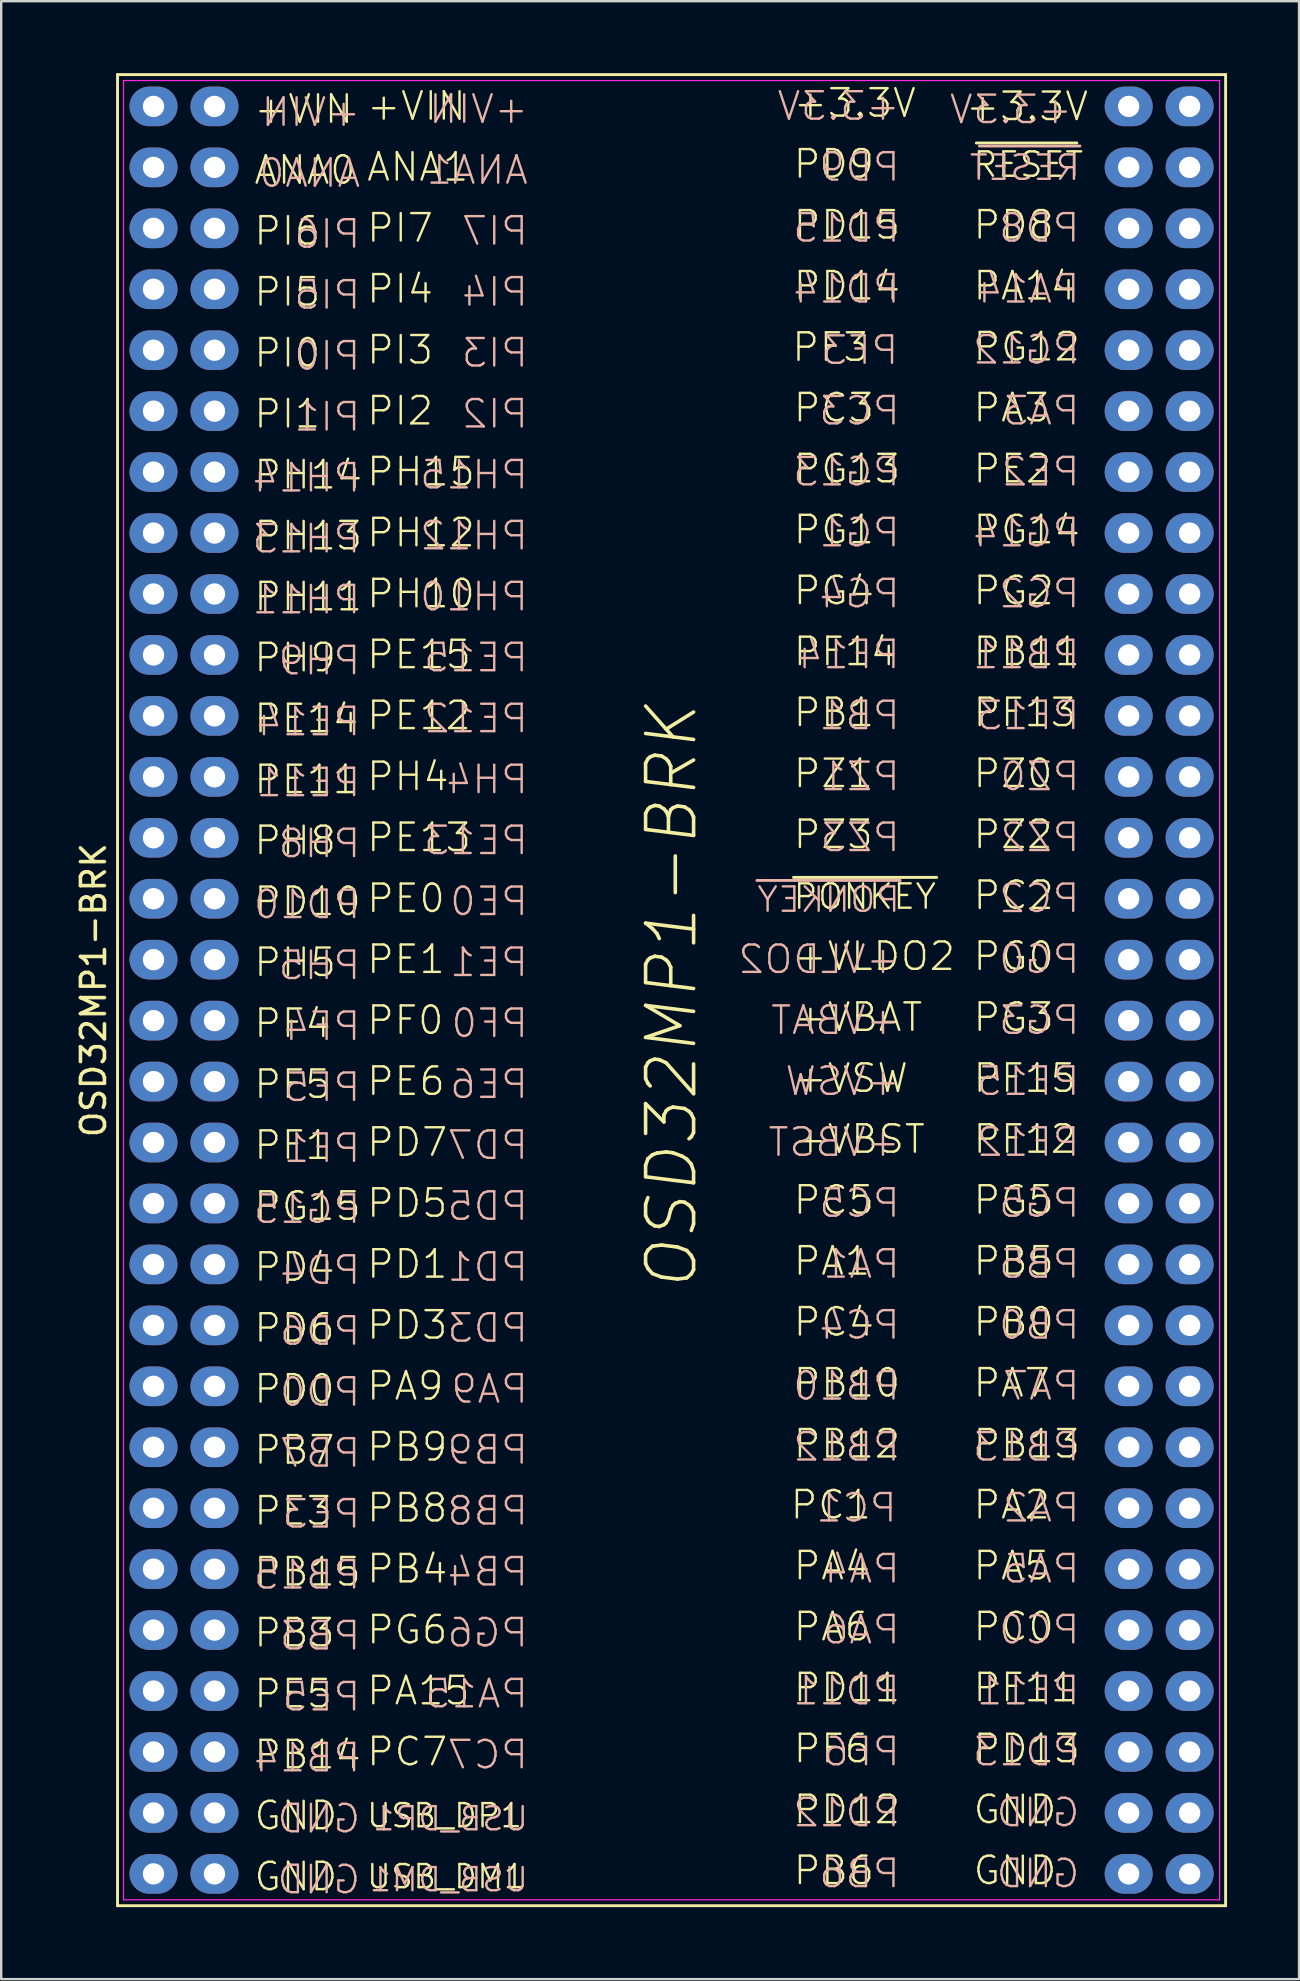
<source format=kicad_pcb>
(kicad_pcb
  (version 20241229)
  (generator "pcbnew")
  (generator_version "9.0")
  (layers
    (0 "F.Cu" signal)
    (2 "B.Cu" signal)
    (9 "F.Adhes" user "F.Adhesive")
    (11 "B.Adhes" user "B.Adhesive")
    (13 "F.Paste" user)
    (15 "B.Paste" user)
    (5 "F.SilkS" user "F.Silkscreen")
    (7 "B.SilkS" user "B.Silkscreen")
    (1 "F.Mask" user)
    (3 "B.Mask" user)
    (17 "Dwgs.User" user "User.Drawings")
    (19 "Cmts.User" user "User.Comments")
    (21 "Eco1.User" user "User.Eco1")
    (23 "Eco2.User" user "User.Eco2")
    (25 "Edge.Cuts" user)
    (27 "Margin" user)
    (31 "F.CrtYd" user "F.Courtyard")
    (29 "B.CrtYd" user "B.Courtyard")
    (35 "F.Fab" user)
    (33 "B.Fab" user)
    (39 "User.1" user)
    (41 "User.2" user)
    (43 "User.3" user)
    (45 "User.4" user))
  (footprint "OSD32MP1-BRK"
    (layer "F.Cu")
    (at 24.938 38.215)
    (property "Reference" "OSD32MP1-BRK" (at -24.09 0 270) (layer "F.SilkS") (effects (font (size 1 1) (thickness 0.15))))
    (attr through_hole)
    (fp_line (start -23.09 -38.156) (end 23.09 -38.156) (stroke (width 0.12) (type solid)) (layer "F.SilkS"))
    (fp_line (start -23.09 38.156) (end -23.09 -38.156) (stroke (width 0.12) (type solid)) (layer "F.SilkS"))
    (fp_line (start 5.08 -4.699) (end 11.049 -4.699) (stroke (width 0.12) (type solid)) (layer "F.SilkS"))
    (fp_line (start 12.7 -35.306) (end 16.891 -35.306) (stroke (width 0.12) (type solid)) (layer "F.SilkS"))
    (fp_line (start 23.09 38.156) (end -23.09 38.156) (stroke (width 0.12) (type solid)) (layer "F.SilkS"))
    (fp_line (start 23.09 38.156) (end 23.09 -38.156) (stroke (width 0.12) (type solid)) (layer "F.SilkS"))
    (fp_line (start 3.556 -4.572) (end 9.525 -4.572) (stroke (width 0.12) (type solid)) (layer "B.SilkS"))
    (fp_line (start 12.827 -35.179) (end 17.018 -35.179) (stroke (width 0.12) (type solid)) (layer "B.SilkS"))
    (fp_line (start -22.84 -37.91) (end 22.84 -37.91) (stroke (width 0.05) (type solid)) (layer "F.CrtYd"))
    (fp_line (start -22.84 37.91) (end -22.84 -37.91) (stroke (width 0.05) (type solid)) (layer "F.CrtYd"))
    (fp_line (start 22.84 37.91) (end -22.84 37.91) (stroke (width 0.05) (type solid)) (layer "F.CrtYd"))
    (fp_line (start 22.84 37.91) (end 22.84 -37.91) (stroke (width 0.05) (type solid)) (layer "F.CrtYd"))
    (fp_text user "PB0" (at 12.505 13.828 0) (layer "F.SilkS") (effects (font (size 1.143 1.143) (thickness 0.1)) (justify left)))
    (fp_text user "OSD32MP1-BRK" (at 0 0.254 90) (layer "F.SilkS") (effects (font (size 2 2) (thickness 0.15) (italic yes))))
    (fp_text user "PF6" (at 5.012 31.608 0) (layer "F.SilkS") (effects (font (size 1.143 1.143) (thickness 0.1)) (justify left)))
    (fp_text user "PD3" (at -12.768 13.955 0) (layer "F.SilkS") (effects (font (size 1.143 1.143) (thickness 0.1)) (justify left)))
    (fp_text user "PI7" (at -12.768 -31.765 0) (layer "F.SilkS") (effects (font (size 1.143 1.143) (thickness 0.1)) (justify left)))
    (fp_text user "PI3" (at -12.768 -26.685 0) (layer "F.SilkS") (effects (font (size 1.143 1.143) (thickness 0.1)) (justify left)))
    (fp_text user "PG2" (at 12.505 -16.652 0) (layer "F.SilkS") (effects (font (size 1.143 1.143) (thickness 0.1)) (justify left)))
    (fp_text user "+VLDO2" (at 5.012 -1.412 0) (layer "F.SilkS") (effects (font (size 1.143 1.143) (thickness 0.1)) (justify left)))
    (fp_text user "GND" (at 12.505 34.148 0) (layer "F.SilkS") (effects (font (size 1.143 1.143) (thickness 0.1)) (justify left)))
    (fp_text user "PA6" (at 5.012 26.528 0) (layer "F.SilkS") (effects (font (size 1.143 1.143) (thickness 0.1)) (justify left)))
    (fp_text user "PB8" (at -12.768 21.575 0) (layer "F.SilkS") (effects (font (size 1.143 1.143) (thickness 0.1)) (justify left)))
    (fp_text user "PD12" (at 5.012 34.148 0) (layer "F.SilkS") (effects (font (size 1.143 1.143) (thickness 0.1)) (justify left)))
    (fp_text user "PZ1" (at 5.012 -9.032 0) (layer "F.SilkS") (effects (font (size 1.143 1.143) (thickness 0.1)) (justify left)))
    (fp_text user "PG4" (at 5.012 -16.652 0) (layer "F.SilkS") (effects (font (size 1.143 1.143) (thickness 0.1)) (justify left)))
    (fp_text user "PF13" (at 12.505 -11.572 0) (layer "F.SilkS") (effects (font (size 1.143 1.143) (thickness 0.1)) (justify left)))
    (fp_text user "PE1" (at -12.768 -1.285 0) (layer "F.SilkS") (effects (font (size 1.143 1.143) (thickness 0.1)) (justify left)))
    (fp_text user "PE6" (at -12.768 3.795 0) (layer "F.SilkS") (effects (font (size 1.143 1.143) (thickness 0.1)) (justify left)))
    (fp_text user "PF3" (at 4.953 -26.797 0) (layer "F.SilkS") (effects (font (size 1.143 1.143) (thickness 0.1)) (justify left)))
    (fp_text user "PF12" (at 12.505 6.208 0) (layer "F.SilkS") (effects (font (size 1.143 1.143) (thickness 0.1)) (justify left)))
    (fp_text user "PD7" (at -12.768 6.335 0) (layer "F.SilkS") (effects (font (size 1.143 1.143) (thickness 0.1)) (justify left)))
    (fp_text user "PD14" (at 5.012 -29.352 0) (layer "F.SilkS") (effects (font (size 1.143 1.143) (thickness 0.1)) (justify left)))
    (fp_text user "PC2" (at 12.505 -3.952 0) (layer "F.SilkS") (effects (font (size 1.143 1.143) (thickness 0.1)) (justify left)))
    (fp_text user "PE2" (at 12.505 -21.732 0) (layer "F.SilkS") (effects (font (size 1.143 1.143) (thickness 0.1)) (justify left)))
    (fp_text user "PG0" (at 12.505 -1.412 0) (layer "F.SilkS") (effects (font (size 1.143 1.143) (thickness 0.1)) (justify left)))
    (fp_text user "PB3" (at -17.467 26.782 0) (layer "F.SilkS") (effects (font (size 1.143 1.143) (thickness 0.1)) (justify left)))
    (fp_text user "PB15" (at -17.467 24.242 0) (layer "F.SilkS") (effects (font (size 1.143 1.143) (thickness 0.1)) (justify left)))
    (fp_text user "PF0" (at -12.768 1.255 0) (layer "F.SilkS") (effects (font (size 1.143 1.143) (thickness 0.1)) (justify left)))
    (fp_text user "PH12" (at -12.768 -19.065 0) (layer "F.SilkS") (effects (font (size 1.143 1.143) (thickness 0.1)) (justify left)))
    (fp_text user "PD6" (at -17.467 14.082 0) (layer "F.SilkS") (effects (font (size 1.143 1.143) (thickness 0.1)) (justify left)))
    (fp_text user "PE12" (at -12.768 -11.445 0) (layer "F.SilkS") (effects (font (size 1.143 1.143) (thickness 0.1)) (justify left)))
    (fp_text user "PC5" (at 5.012 8.748 0) (layer "F.SilkS") (effects (font (size 1.143 1.143) (thickness 0.1)) (justify left)))
    (fp_text user "PF5" (at -17.467 3.922 0) (layer "F.SilkS") (effects (font (size 1.143 1.143) (thickness 0.1)) (justify left)))
    (fp_text user "PA15" (at -12.768 29.195 0) (layer "F.SilkS") (effects (font (size 1.143 1.143) (thickness 0.1)) (justify left)))
    (fp_text user "+VSW" (at 5.012 3.668 0) (layer "F.SilkS") (effects (font (size 1.143 1.143) (thickness 0.1)) (justify left)))
    (fp_text user "USB_DM1" (at -12.768 36.942 0) (layer "F.SilkS") (effects (font (size 0.965 0.965) (thickness 0.1)) (justify left)))
    (fp_text user "PC4" (at 5.012 13.828 0) (layer "F.SilkS") (effects (font (size 1.143 1.143) (thickness 0.1)) (justify left)))
    (fp_text user "ANA1" (at -12.768 -34.305 0) (layer "F.SilkS") (effects (font (size 1.143 1.143) (thickness 0.1)) (justify left)))
    (fp_text user "PA5" (at 12.505 23.988 0) (layer "F.SilkS") (effects (font (size 1.143 1.143) (thickness 0.1)) (justify left)))
    (fp_text user "PH5" (at -17.467 -1.158 0) (layer "F.SilkS") (effects (font (size 1.143 1.143) (thickness 0.1)) (justify left)))
    (fp_text user "PG6" (at -12.768 26.655 0) (layer "F.SilkS") (effects (font (size 1.143 1.143) (thickness 0.1)) (justify left)))
    (fp_text user "+VBST" (at 5.012 6.208 0) (layer "F.SilkS") (effects (font (size 1.143 1.143) (thickness 0.1)) (justify left)))
    (fp_text user "PZ2" (at 12.505 -6.492 0) (layer "F.SilkS") (effects (font (size 1.143 1.143) (thickness 0.1)) (justify left)))
    (fp_text user "PH4" (at -12.768 -8.905 0) (layer "F.SilkS") (effects (font (size 1.143 1.143) (thickness 0.1)) (justify left)))
    (fp_text user "PA9" (at -12.768 16.495 0) (layer "F.SilkS") (effects (font (size 1.143 1.143) (thickness 0.1)) (justify left)))
    (fp_text user "PA3" (at 12.505 -24.272 0) (layer "F.SilkS") (effects (font (size 1.143 1.143) (thickness 0.1)) (justify left)))
    (fp_text user "PF15" (at 12.505 3.668 0) (layer "F.SilkS") (effects (font (size 1.143 1.143) (thickness 0.1)) (justify left)))
    (fp_text user "PB14" (at -17.467 31.862 0) (layer "F.SilkS") (effects (font (size 1.143 1.143) (thickness 0.1)) (justify left)))
    (fp_text user "PA4" (at 5.012 23.988 0) (layer "F.SilkS") (effects (font (size 1.143 1.143) (thickness 0.1)) (justify left)))
    (fp_text user "USB_DP1" (at -12.768 34.402 0) (layer "F.SilkS") (effects (font (size 0.965 0.965) (thickness 0.1)) (justify left)))
    (fp_text user "PB7" (at -17.467 19.162 0) (layer "F.SilkS") (effects (font (size 1.143 1.143) (thickness 0.1)) (justify left)))
    (fp_text user "PH8" (at -17.467 -6.238 0) (layer "F.SilkS") (effects (font (size 1.143 1.143) (thickness 0.1)) (justify left)))
    (fp_text user "PI4" (at -12.768 -29.225 0) (layer "F.SilkS") (effects (font (size 1.143 1.143) (thickness 0.1)) (justify left)))
    (fp_text user "PB13" (at 12.505 18.908 0) (layer "F.SilkS") (effects (font (size 1.143 1.143) (thickness 0.1)) (justify left)))
    (fp_text user "PG5" (at 12.505 8.748 0) (layer "F.SilkS") (effects (font (size 1.143 1.143) (thickness 0.1)) (justify left)))
    (fp_text user "PB12" (at 5.012 18.908 0) (layer "F.SilkS") (effects (font (size 1.143 1.143) (thickness 0.1)) (justify left)))
    (fp_text user "PF11" (at 12.505 29.068 0) (layer "F.SilkS") (effects (font (size 1.143 1.143) (thickness 0.1)) (justify left)))
    (fp_text user "PE14" (at -17.467 -11.318 0) (layer "F.SilkS") (effects (font (size 1.143 1.143) (thickness 0.1)) (justify left)))
    (fp_text user "PB4" (at -12.768 24.115 0) (layer "F.SilkS") (effects (font (size 1.143 1.143) (thickness 0.1)) (justify left)))
    (fp_text user "+VIN" (at -17.467 -36.718 0) (layer "F.SilkS") (effects (font (size 1.143 1.143) (thickness 0.1)) (justify left)))
    (fp_text user "PA7" (at 12.505 16.368 0) (layer "F.SilkS") (effects (font (size 1.143 1.143) (thickness 0.1)) (justify left)))
    (fp_text user "PG12" (at 12.505 -26.812 0) (layer "F.SilkS") (effects (font (size 1.143 1.143) (thickness 0.1)) (justify left)))
    (fp_text user "PB9" (at -12.768 19.035 0) (layer "F.SilkS") (effects (font (size 1.143 1.143) (thickness 0.1)) (justify left)))
    (fp_text user "PONKEY" (at 5.012 -3.901 0) (layer "F.SilkS") (effects (font (size 1.016 1.016) (thickness 0.1)) (justify left)))
    (fp_text user "PF4" (at -17.467 1.382 0) (layer "F.SilkS") (effects (font (size 1.143 1.143) (thickness 0.1)) (justify left)))
    (fp_text user "PB5" (at 12.505 11.288 0) (layer "F.SilkS") (effects (font (size 1.143 1.143) (thickness 0.1)) (justify left)))
    (fp_text user "PG14" (at 12.505 -19.192 0) (layer "F.SilkS") (effects (font (size 1.143 1.143) (thickness 0.1)) (justify left)))
    (fp_text user "PD1" (at -12.768 11.415 0) (layer "F.SilkS") (effects (font (size 1.143 1.143) (thickness 0.1)) (justify left)))
    (fp_text user "PF14" (at 5.012 -14.112 0) (layer "F.SilkS") (effects (font (size 1.143 1.143) (thickness 0.1)) (justify left)))
    (fp_text user "PG1" (at 5.012 -19.192 0) (layer "F.SilkS") (effects (font (size 1.143 1.143) (thickness 0.1)) (justify left)))
    (fp_text user "PD15" (at 5.012 -31.892 0) (layer "F.SilkS") (effects (font (size 1.143 1.143) (thickness 0.1)) (justify left)))
    (fp_text user "PZ0" (at 12.505 -9.032 0) (layer "F.SilkS") (effects (font (size 1.143 1.143) (thickness 0.1)) (justify left)))
    (fp_text user "PA14" (at 12.505 -29.352 0) (layer "F.SilkS") (effects (font (size 1.143 1.143) (thickness 0.1)) (justify left)))
    (fp_text user "PB10" (at 5.012 16.368 0) (layer "F.SilkS") (effects (font (size 1.143 1.143) (thickness 0.1)) (justify left)))
    (fp_text user "PI0" (at -17.467 -26.558 0) (layer "F.SilkS") (effects (font (size 1.143 1.143) (thickness 0.1)) (justify left)))
    (fp_text user "PC7" (at -12.768 31.735 0) (layer "F.SilkS") (effects (font (size 1.143 1.143) (thickness 0.1)) (justify left)))
    (fp_text user "PH13" (at -17.467 -18.938 0) (layer "F.SilkS") (effects (font (size 1.143 1.143) (thickness 0.1)) (justify left)))
    (fp_text user "PC0" (at 12.505 26.528 0) (layer "F.SilkS") (effects (font (size 1.143 1.143) (thickness 0.1)) (justify left)))
    (fp_text user "PH10" (at -12.768 -16.525 0) (layer "F.SilkS") (effects (font (size 1.143 1.143) (thickness 0.1)) (justify left)))
    (fp_text user "PE11" (at -17.467 -8.778 0) (layer "F.SilkS") (effects (font (size 1.143 1.143) (thickness 0.1)) (justify left)))
    (fp_text user "PB11" (at 12.505 -14.112 0) (layer "F.SilkS") (effects (font (size 1.143 1.143) (thickness 0.1)) (justify left)))
    (fp_text user "PC1" (at 4.885 21.448 0) (layer "F.SilkS") (effects (font (size 1.143 1.143) (thickness 0.1)) (justify left)))
    (fp_text user "PB6" (at 5.012 36.688 0) (layer "F.SilkS") (effects (font (size 1.143 1.143) (thickness 0.1)) (justify left)))
    (fp_text user "PI1" (at -17.467 -24.018 0) (layer "F.SilkS") (effects (font (size 1.143 1.143) (thickness 0.1)) (justify left)))
    (fp_text user "PB1" (at 5.012 -11.572 0) (layer "F.SilkS") (effects (font (size 1.143 1.143) (thickness 0.1)) (justify left)))
    (fp_text user "PH9" (at -17.467 -13.858 0) (layer "F.SilkS") (effects (font (size 1.143 1.143) (thickness 0.1)) (justify left)))
    (fp_text user "PG13" (at 5.012 -21.732 0) (layer "F.SilkS") (effects (font (size 1.143 1.143) (thickness 0.1)) (justify left)))
    (fp_text user "PE5" (at -17.467 29.322 0) (layer "F.SilkS") (effects (font (size 1.143 1.143) (thickness 0.1)) (justify left)))
    (fp_text user "PD4" (at -17.467 11.542 0) (layer "F.SilkS") (effects (font (size 1.143 1.143) (thickness 0.1)) (justify left)))
    (fp_text user "PD10" (at -17.467 -3.698 0) (layer "F.SilkS") (effects (font (size 1.143 1.143) (thickness 0.1)) (justify left)))
    (fp_text user "PE3" (at -17.467 21.702 0) (layer "F.SilkS") (effects (font (size 1.143 1.143) (thickness 0.1)) (justify left)))
    (fp_text user "PI5" (at -17.467 -29.098 0) (layer "F.SilkS") (effects (font (size 1.143 1.143) (thickness 0.1)) (justify left)))
    (fp_text user "+VIN" (at -12.768 -36.845 0) (layer "F.SilkS") (effects (font (size 1.143 1.143) (thickness 0.1)) (justify left)))
    (fp_text user "PC3" (at 5.012 -24.272 0) (layer "F.SilkS") (effects (font (size 1.143 1.143) (thickness 0.1)) (justify left)))
    (fp_text user "PD0" (at -17.467 16.622 0) (layer "F.SilkS") (effects (font (size 1.143 1.143) (thickness 0.1)) (justify left)))
    (fp_text user "PH14" (at -17.467 -21.478 0) (layer "F.SilkS") (effects (font (size 1.143 1.143) (thickness 0.1)) (justify left)))
    (fp_text user "PA2" (at 12.505 21.448 0) (layer "F.SilkS") (effects (font (size 1.143 1.143) (thickness 0.1)) (justify left)))
    (fp_text user "GND" (at 12.505 36.688 0) (layer "F.SilkS") (effects (font (size 1.143 1.143) (thickness 0.1)) (justify left)))
    (fp_text user "PF1" (at -17.467 6.462 0) (layer "F.SilkS") (effects (font (size 1.143 1.143) (thickness 0.1)) (justify left)))
    (fp_text user "PH15" (at -12.768 -21.605 0) (layer "F.SilkS") (effects (font (size 1.143 1.143) (thickness 0.1)) (justify left)))
    (fp_text user "PD11" (at 5.012 29.068 0) (layer "F.SilkS") (effects (font (size 1.143 1.143) (thickness 0.1)) (justify left)))
    (fp_text user "RESET" (at 12.505 -34.406 0) (layer "F.SilkS") (effects (font (size 1.016 1.016) (thickness 0.1)) (justify left)))
    (fp_text user "PA1" (at 5.012 11.288 0) (layer "F.SilkS") (effects (font (size 1.143 1.143) (thickness 0.1)) (justify left)))
    (fp_text user "ANA0" (at -17.467 -34.178 0) (layer "F.SilkS") (effects (font (size 1.143 1.143) (thickness 0.1)) (justify left)))
    (fp_text user "PD5" (at -12.768 8.875 0) (layer "F.SilkS") (effects (font (size 1.143 1.143) (thickness 0.1)) (justify left)))
    (fp_text user "PD13" (at 12.505 31.608 0) (layer "F.SilkS") (effects (font (size 1.143 1.143) (thickness 0.1)) (justify left)))
    (fp_text user "+3.3V" (at 5.012 -36.972 0) (layer "F.SilkS") (effects (font (size 1.143 1.143) (thickness 0.1)) (justify left)))
    (fp_text user "PG3" (at 12.505 1.128 0) (layer "F.SilkS") (effects (font (size 1.143 1.143) (thickness 0.1)) (justify left)))
    (fp_text user "PD8" (at 12.505 -31.892 0) (layer "F.SilkS") (effects (font (size 1.143 1.143) (thickness 0.1)) (justify left)))
    (fp_text user "PE0" (at -12.768 -3.825 0) (layer "F.SilkS") (effects (font (size 1.143 1.143) (thickness 0.1)) (justify left)))
    (fp_text user "PH11" (at -17.467 -16.398 0) (layer "F.SilkS") (effects (font (size 1.143 1.143) (thickness 0.1)) (justify left)))
    (fp_text user "GND" (at -17.467 36.942 0) (layer "F.SilkS") (effects (font (size 1.143 1.143) (thickness 0.1)) (justify left)))
    (fp_text user "PI2" (at -12.768 -24.145 0) (layer "F.SilkS") (effects (font (size 1.143 1.143) (thickness 0.1)) (justify left)))
    (fp_text user "PZ3" (at 5.012 -6.492 0) (layer "F.SilkS") (effects (font (size 1.143 1.143) (thickness 0.1)) (justify left)))
    (fp_text user "PD9" (at 5.012 -34.432 0) (layer "F.SilkS") (effects (font (size 1.143 1.143) (thickness 0.1)) (justify left)))
    (fp_text user "PG15" (at -17.467 9.002 0) (layer "F.SilkS") (effects (font (size 1.143 1.143) (thickness 0.1)) (justify left)))
    (fp_text user "+3.3V" (at 12.192 -36.83 0) (layer "F.SilkS") (effects (font (size 1.143 1.143) (thickness 0.1)) (justify left)))
    (fp_text user "GND" (at -17.467 34.402 0) (layer "F.SilkS") (effects (font (size 1.143 1.143) (thickness 0.1)) (justify left)))
    (fp_text user "+VBAT" (at 5.012 1.128 0) (layer "F.SilkS") (effects (font (size 1.143 1.143) (thickness 0.1)) (justify left)))
    (fp_text user "PE13" (at -12.768 -6.365 0) (layer "F.SilkS") (effects (font (size 1.143 1.143) (thickness 0.1)) (justify left)))
    (fp_text user "PI6" (at -17.467 -31.638 0) (layer "F.SilkS") (effects (font (size 1.143 1.143) (thickness 0.1)) (justify left)))
    (fp_text user "PE15" (at -12.768 -13.985 0) (layer "F.SilkS") (effects (font (size 1.143 1.143) (thickness 0.1)) (justify left)))
    (fp_text user "PA4" (at 9.584 24.115 0) (layer "B.SilkS") (effects (font (size 1.143 1.143) (thickness 0.1)) (justify left mirror)))
    (fp_text user "PZ0" (at 17.077 -8.905 0) (layer "B.SilkS") (effects (font (size 1.143 1.143) (thickness 0.1)) (justify left mirror)))
    (fp_text user "PD3" (at -5.91 14.082 0) (layer "B.SilkS") (effects (font (size 1.143 1.143) (thickness 0.1)) (justify left mirror)))
    (fp_text user "PE12" (at -5.91 -11.318 0) (layer "B.SilkS") (effects (font (size 1.143 1.143) (thickness 0.1)) (justify left mirror)))
    (fp_text user "PI4" (at -5.91 -29.098 0) (layer "B.SilkS") (effects (font (size 1.143 1.143) (thickness 0.1)) (justify left mirror)))
    (fp_text user "PI1" (at -12.895 -23.891 0) (layer "B.SilkS") (effects (font (size 1.143 1.143) (thickness 0.1)) (justify left mirror)))
    (fp_text user "USB_DM1" (at -5.91 37.069 0) (layer "B.SilkS") (effects (font (size 0.965 0.965) (thickness 0.1)) (justify left mirror)))
    (fp_text user "PH12" (at -5.91 -18.938 0) (layer "B.SilkS") (effects (font (size 1.143 1.143) (thickness 0.1)) (justify left mirror)))
    (fp_text user "RESET" (at 17.077 -34.279 0) (layer "B.SilkS") (effects (font (size 1.016 1.016) (thickness 0.1)) (justify left mirror)))
    (fp_text user "USB_DP1" (at -5.91 34.529 0) (layer "B.SilkS") (effects (font (size 0.965 0.965) (thickness 0.1)) (justify left mirror)))
    (fp_text user "PB1" (at 9.584 -11.445 0) (layer "B.SilkS") (effects (font (size 1.143 1.143) (thickness 0.1)) (justify left mirror)))
    (fp_text user "+VBST" (at 9.584 6.335 0) (layer "B.SilkS") (effects (font (size 1.143 1.143) (thickness 0.1)) (justify left mirror)))
    (fp_text user "PE5" (at -12.895 29.449 0) (layer "B.SilkS") (effects (font (size 1.143 1.143) (thickness 0.1)) (justify left mirror)))
    (fp_text user "PE14" (at -12.895 -11.191 0) (layer "B.SilkS") (effects (font (size 1.143 1.143) (thickness 0.1)) (justify left mirror)))
    (fp_text user "PB3" (at -12.895 26.909 0) (layer "B.SilkS") (effects (font (size 1.143 1.143) (thickness 0.1)) (justify left mirror)))
    (fp_text user "PH14" (at -12.895 -21.351 0) (layer "B.SilkS") (effects (font (size 1.143 1.143) (thickness 0.1)) (justify left mirror)))
    (fp_text user "PA9" (at -5.91 16.622 0) (layer "B.SilkS") (effects (font (size 1.143 1.143) (thickness 0.1)) (justify left mirror)))
    (fp_text user "PA3" (at 17.077 -24.145 0) (layer "B.SilkS") (effects (font (size 1.143 1.143) (thickness 0.1)) (justify left mirror)))
    (fp_text user "PE1" (at -5.91 -1.158 0) (layer "B.SilkS") (effects (font (size 1.143 1.143) (thickness 0.1)) (justify left mirror)))
    (fp_text user "PC5" (at 9.584 8.875 0) (layer "B.SilkS") (effects (font (size 1.143 1.143) (thickness 0.1)) (justify left mirror)))
    (fp_text user "PC3" (at 9.584 -24.145 0) (layer "B.SilkS") (effects (font (size 1.143 1.143) (thickness 0.1)) (justify left mirror)))
    (fp_text user "PB7" (at -12.895 19.289 0) (layer "B.SilkS") (effects (font (size 1.143 1.143) (thickness 0.1)) (justify left mirror)))
    (fp_text user "PF15" (at 17.077 3.795 0) (layer "B.SilkS") (effects (font (size 1.143 1.143) (thickness 0.1)) (justify left mirror)))
    (fp_text user "PG13" (at 9.584 -21.605 0) (layer "B.SilkS") (effects (font (size 1.143 1.143) (thickness 0.1)) (justify left mirror)))
    (fp_text user "PF11" (at 17.077 29.195 0) (layer "B.SilkS") (effects (font (size 1.143 1.143) (thickness 0.1)) (justify left mirror)))
    (fp_text user "PH13" (at -12.895 -18.811 0) (layer "B.SilkS") (effects (font (size 1.143 1.143) (thickness 0.1)) (justify left mirror)))
    (fp_text user "PF5" (at -12.895 4.049 0) (layer "B.SilkS") (effects (font (size 1.143 1.143) (thickness 0.1)) (justify left mirror)))
    (fp_text user "PG1" (at 9.584 -19.065 0) (layer "B.SilkS") (effects (font (size 1.143 1.143) (thickness 0.1)) (justify left mirror)))
    (fp_text user "PA6" (at 9.584 26.655 0) (layer "B.SilkS") (effects (font (size 1.143 1.143) (thickness 0.1)) (justify left mirror)))
    (fp_text user "PG14" (at 17.077 -19.065 0) (layer "B.SilkS") (effects (font (size 1.143 1.143) (thickness 0.1)) (justify left mirror)))
    (fp_text user "PF12" (at 17.077 6.335 0) (layer "B.SilkS") (effects (font (size 1.143 1.143) (thickness 0.1)) (justify left mirror)))
    (fp_text user "PH15" (at -5.91 -21.478 0) (layer "B.SilkS") (effects (font (size 1.143 1.143) (thickness 0.1)) (justify left mirror)))
    (fp_text user "PB15" (at -12.895 24.369 0) (layer "B.SilkS") (effects (font (size 1.143 1.143) (thickness 0.1)) (justify left mirror)))
    (fp_text user "PH10" (at -5.91 -16.398 0) (layer "B.SilkS") (effects (font (size 1.143 1.143) (thickness 0.1)) (justify left mirror)))
    (fp_text user "GND" (at -12.895 34.529 0) (layer "B.SilkS") (effects (font (size 1.143 1.143) (thickness 0.1)) (justify left mirror)))
    (fp_text user "PG15" (at -12.895 9.129 0) (layer "B.SilkS") (effects (font (size 1.143 1.143) (thickness 0.1)) (justify left mirror)))
    (fp_text user "+VIN" (at -12.895 -36.591 0) (layer "B.SilkS") (effects (font (size 1.143 1.143) (thickness 0.1)) (justify left mirror)))
    (fp_text user "PD12" (at 9.584 34.275 0) (layer "B.SilkS") (effects (font (size 1.143 1.143) (thickness 0.1)) (justify left mirror)))
    (fp_text user "GND" (at 17.077 34.275 0) (layer "B.SilkS") (effects (font (size 1.143 1.143) (thickness 0.1)) (justify left mirror)))
    (fp_text user "PA1" (at 9.584 11.415 0) (layer "B.SilkS") (effects (font (size 1.143 1.143) (thickness 0.1)) (justify left mirror)))
    (fp_text user "PA15" (at -5.91 29.322 0) (layer "B.SilkS") (effects (font (size 1.143 1.143) (thickness 0.1)) (justify left mirror)))
    (fp_text user "PH4" (at -5.91 -8.778 0) (layer "B.SilkS") (effects (font (size 1.143 1.143) (thickness 0.1)) (justify left mirror)))
    (fp_text user "PE15" (at -5.91 -13.858 0) (layer "B.SilkS") (effects (font (size 1.143 1.143) (thickness 0.1)) (justify left mirror)))
    (fp_text user "PD8" (at 17.077 -31.765 0) (layer "B.SilkS") (effects (font (size 1.143 1.143) (thickness 0.1)) (justify left mirror)))
    (fp_text user "PB10" (at 9.584 16.495 0) (layer "B.SilkS") (effects (font (size 1.143 1.143) (thickness 0.1)) (justify left mirror)))
    (fp_text user "+VLDO2" (at 9.584 -1.285 0) (layer "B.SilkS") (effects (font (size 1.143 1.143) (thickness 0.1)) (justify left mirror)))
    (fp_text user "PI6" (at -12.895 -31.511 0) (layer "B.SilkS") (effects (font (size 1.143 1.143) (thickness 0.1)) (justify left mirror)))
    (fp_text user "PG5" (at 17.077 8.875 0) (layer "B.SilkS") (effects (font (size 1.143 1.143) (thickness 0.1)) (justify left mirror)))
    (fp_text user "PD7" (at -5.91 6.462 0) (layer "B.SilkS") (effects (font (size 1.143 1.143) (thickness 0.1)) (justify left mirror)))
    (fp_text user "PE13" (at -5.91 -6.238 0) (layer "B.SilkS") (effects (font (size 1.143 1.143) (thickness 0.1)) (justify left mirror)))
    (fp_text user "PA2" (at 17.077 21.575 0) (layer "B.SilkS") (effects (font (size 1.143 1.143) (thickness 0.1)) (justify left mirror)))
    (fp_text user "PE6" (at -5.91 3.922 0) (layer "B.SilkS") (effects (font (size 1.143 1.143) (thickness 0.1)) (justify left mirror)))
    (fp_text user "PF6" (at 9.584 31.735 0) (layer "B.SilkS") (effects (font (size 1.143 1.143) (thickness 0.1)) (justify left mirror)))
    (fp_text user "PG4" (at 9.584 -16.525 0) (layer "B.SilkS") (effects (font (size 1.143 1.143) (thickness 0.1)) (justify left mirror)))
    (fp_text user "PG12" (at 17.077 -26.685 0) (layer "B.SilkS") (effects (font (size 1.143 1.143) (thickness 0.1)) (justify left mirror)))
    (fp_text user "GND" (at 17.077 36.815 0) (layer "B.SilkS") (effects (font (size 1.143 1.143) (thickness 0.1)) (justify left mirror)))
    (fp_text user "PH5" (at -12.895 -1.031 0) (layer "B.SilkS") (effects (font (size 1.143 1.143) (thickness 0.1)) (justify left mirror)))
    (fp_text user "PB12" (at 9.584 19.035 0) (layer "B.SilkS") (effects (font (size 1.143 1.143) (thickness 0.1)) (justify left mirror)))
    (fp_text user "PB8" (at -5.91 21.702 0) (layer "B.SilkS") (effects (font (size 1.143 1.143) (thickness 0.1)) (justify left mirror)))
    (fp_text user "PD4" (at -12.895 11.669 0) (layer "B.SilkS") (effects (font (size 1.143 1.143) (thickness 0.1)) (justify left mirror)))
    (fp_text user "PE2" (at 17.077 -21.605 0) (layer "B.SilkS") (effects (font (size 1.143 1.143) (thickness 0.1)) (justify left mirror)))
    (fp_text user "PB5" (at 17.077 11.415 0) (layer "B.SilkS") (effects (font (size 1.143 1.143) (thickness 0.1)) (justify left mirror)))
    (fp_text user "PB13" (at 17.077 19.035 0) (layer "B.SilkS") (effects (font (size 1.143 1.143) (thickness 0.1)) (justify left mirror)))
    (fp_text user "PB11" (at 17.077 -13.985 0) (layer "B.SilkS") (effects (font (size 1.143 1.143) (thickness 0.1)) (justify left mirror)))
    (fp_text user "PH9" (at -12.895 -13.731 0) (layer "B.SilkS") (effects (font (size 1.143 1.143) (thickness 0.1)) (justify left mirror)))
    (fp_text user "PA7" (at 17.077 16.495 0) (layer "B.SilkS") (effects (font (size 1.143 1.143) (thickness 0.1)) (justify left mirror)))
    (fp_text user "PD13" (at 17.077 31.735 0) (layer "B.SilkS") (effects (font (size 1.143 1.143) (thickness 0.1)) (justify left mirror)))
    (fp_text user "PA5" (at 17.077 24.115 0) (layer "B.SilkS") (effects (font (size 1.143 1.143) (thickness 0.1)) (justify left mirror)))
    (fp_text user "PD10" (at -12.895 -3.571 0) (layer "B.SilkS") (effects (font (size 1.143 1.143) (thickness 0.1)) (justify left mirror)))
    (fp_text user "PF13" (at 17.077 -11.445 0) (layer "B.SilkS") (effects (font (size 1.143 1.143) (thickness 0.1)) (justify left mirror)))
    (fp_text user "PZ3" (at 9.584 -6.365 0) (layer "B.SilkS") (effects (font (size 1.143 1.143) (thickness 0.1)) (justify left mirror)))
    (fp_text user "PI7" (at -5.91 -31.638 0) (layer "B.SilkS") (effects (font (size 1.143 1.143) (thickness 0.1)) (justify left mirror)))
    (fp_text user "PE3" (at -12.895 21.829 0) (layer "B.SilkS") (effects (font (size 1.143 1.143) (thickness 0.1)) (justify left mirror)))
    (fp_text user "PB6" (at 9.584 36.815 0) (layer "B.SilkS") (effects (font (size 1.143 1.143) (thickness 0.1)) (justify left mirror)))
    (fp_text user "PONKEY" (at 9.584 -3.774 0) (layer "B.SilkS") (effects (font (size 1.016 1.016) (thickness 0.1)) (justify left mirror)))
    (fp_text user "PF4" (at -12.895 1.509 0) (layer "B.SilkS") (effects (font (size 1.143 1.143) (thickness 0.1)) (justify left mirror)))
    (fp_text user "PC1" (at 9.457 21.575 0) (layer "B.SilkS") (effects (font (size 1.143 1.143) (thickness 0.1)) (justify left mirror)))
    (fp_text user "PB9" (at -5.91 19.162 0) (layer "B.SilkS") (effects (font (size 1.143 1.143) (thickness 0.1)) (justify left mirror)))
    (fp_text user "PA14" (at 17.077 -29.225 0) (layer "B.SilkS") (effects (font (size 1.143 1.143) (thickness 0.1)) (justify left mirror)))
    (fp_text user "PG2" (at 17.077 -16.525 0) (layer "B.SilkS") (effects (font (size 1.143 1.143) (thickness 0.1)) (justify left mirror)))
    (fp_text user "+3.3V" (at 9.584 -36.845 0) (layer "B.SilkS") (effects (font (size 1.143 1.143) (thickness 0.1)) (justify left mirror)))
    (fp_text user "PZ1" (at 9.584 -8.905 0) (layer "B.SilkS") (effects (font (size 1.143 1.143) (thickness 0.1)) (justify left mirror)))
    (fp_text user "PE11" (at -12.895 -8.651 0) (layer "B.SilkS") (effects (font (size 1.143 1.143) (thickness 0.1)) (justify left mirror)))
    (fp_text user "PC4" (at 9.584 13.955 0) (layer "B.SilkS") (effects (font (size 1.143 1.143) (thickness 0.1)) (justify left mirror)))
    (fp_text user "PF14" (at 9.584 -13.985 0) (layer "B.SilkS") (effects (font (size 1.143 1.143) (thickness 0.1)) (justify left mirror)))
    (fp_text user "PD15" (at 9.584 -31.765 0) (layer "B.SilkS") (effects (font (size 1.143 1.143) (thickness 0.1)) (justify left mirror)))
    (fp_text user "GND" (at -12.895 37.069 0) (layer "B.SilkS") (effects (font (size 1.143 1.143) (thickness 0.1)) (justify left mirror)))
    (fp_text user "PH8" (at -12.895 -6.111 0) (layer "B.SilkS") (effects (font (size 1.143 1.143) (thickness 0.1)) (justify left mirror)))
    (fp_text user "PD0" (at -12.895 16.749 0) (layer "B.SilkS") (effects (font (size 1.143 1.143) (thickness 0.1)) (justify left mirror)))
    (fp_text user "+3.3V" (at 16.764 -36.703 0) (layer "B.SilkS") (effects (font (size 1.143 1.143) (thickness 0.1)) (justify left mirror)))
    (fp_text user "PC7" (at -5.91 31.862 0) (layer "B.SilkS") (effects (font (size 1.143 1.143) (thickness 0.1)) (justify left mirror)))
    (fp_text user "PD5" (at -5.91 9.002 0) (layer "B.SilkS") (effects (font (size 1.143 1.143) (thickness 0.1)) (justify left mirror)))
    (fp_text user "PF1" (at -12.895 6.589 0) (layer "B.SilkS") (effects (font (size 1.143 1.143) (thickness 0.1)) (justify left mirror)))
    (fp_text user "PZ2" (at 17.077 -6.365 0) (layer "B.SilkS") (effects (font (size 1.143 1.143) (thickness 0.1)) (justify left mirror)))
    (fp_text user "PI2" (at -5.91 -24.018 0) (layer "B.SilkS") (effects (font (size 1.143 1.143) (thickness 0.1)) (justify left mirror)))
    (fp_text user "PD14" (at 9.584 -29.225 0) (layer "B.SilkS") (effects (font (size 1.143 1.143) (thickness 0.1)) (justify left mirror)))
    (fp_text user "PI3" (at -5.91 -26.558 0) (layer "B.SilkS") (effects (font (size 1.143 1.143) (thickness 0.1)) (justify left mirror)))
    (fp_text user "PD9" (at 9.584 -34.305 0) (layer "B.SilkS") (effects (font (size 1.143 1.143) (thickness 0.1)) (justify left mirror)))
    (fp_text user "ANA0" (at -12.895 -34.051 0) (layer "B.SilkS") (effects (font (size 1.143 1.143) (thickness 0.1)) (justify left mirror)))
    (fp_text user "PG6" (at -5.91 26.782 0) (layer "B.SilkS") (effects (font (size 1.143 1.143) (thickness 0.1)) (justify left mirror)))
    (fp_text user "PF3" (at 9.525 -26.67 0) (layer "B.SilkS") (effects (font (size 1.143 1.143) (thickness 0.1)) (justify left mirror)))
    (fp_text user "PF0" (at -5.91 1.382 0) (layer "B.SilkS") (effects (font (size 1.143 1.143) (thickness 0.1)) (justify left mirror)))
    (fp_text user "PH11" (at -12.895 -16.271 0) (layer "B.SilkS") (effects (font (size 1.143 1.143) (thickness 0.1)) (justify left mirror)))
    (fp_text user "PE0" (at -5.91 -3.698 0) (layer "B.SilkS") (effects (font (size 1.143 1.143) (thickness 0.1)) (justify left mirror)))
    (fp_text user "PC0" (at 17.077 26.655 0) (layer "B.SilkS") (effects (font (size 1.143 1.143) (thickness 0.1)) (justify left mirror)))
    (fp_text user "PD1" (at -5.91 11.542 0) (layer "B.SilkS") (effects (font (size 1.143 1.143) (thickness 0.1)) (justify left mirror)))
    (fp_text user "+VBAT" (at 9.584 1.255 0) (layer "B.SilkS") (effects (font (size 1.143 1.143) (thickness 0.1)) (justify left mirror)))
    (fp_text user "PD11" (at 9.584 29.195 0) (layer "B.SilkS") (effects (font (size 1.143 1.143) (thickness 0.1)) (justify left mirror)))
    (fp_text user "PI0" (at -12.895 -26.431 0) (layer "B.SilkS") (effects (font (size 1.143 1.143) (thickness 0.1)) (justify left mirror)))
    (fp_text user "PD6" (at -12.895 14.209 0) (layer "B.SilkS") (effects (font (size 1.143 1.143) (thickness 0.1)) (justify left mirror)))
    (fp_text user "PC2" (at 17.077 -3.825 0) (layer "B.SilkS") (effects (font (size 1.143 1.143) (thickness 0.1)) (justify left mirror)))
    (fp_text user "PB14" (at -12.895 31.989 0) (layer "B.SilkS") (effects (font (size 1.143 1.143) (thickness 0.1)) (justify left mirror)))
    (fp_text user "PG3" (at 17.077 1.255 0) (layer "B.SilkS") (effects (font (size 1.143 1.143) (thickness 0.1)) (justify left mirror)))
    (fp_text user "+VSW" (at 9.584 3.795 0) (layer "B.SilkS") (effects (font (size 1.143 1.143) (thickness 0.1)) (justify left mirror)))
    (fp_text user "PB0" (at 17.077 13.955 0) (layer "B.SilkS") (effects (font (size 1.143 1.143) (thickness 0.1)) (justify left mirror)))
    (fp_text user "PB4" (at -5.91 24.242 0) (layer "B.SilkS") (effects (font (size 1.143 1.143) (thickness 0.1)) (justify left mirror)))
    (fp_text user "+VIN" (at -5.91 -36.718 0) (layer "B.SilkS") (effects (font (size 1.143 1.143) (thickness 0.1)) (justify left mirror)))
    (fp_text user "PG0" (at 17.077 -1.285 0) (layer "B.SilkS") (effects (font (size 1.143 1.143) (thickness 0.1)) (justify left mirror)))
    (fp_text user "ANA1" (at -5.91 -34.178 0) (layer "B.SilkS") (effects (font (size 1.143 1.143) (thickness 0.1)) (justify left mirror)))
    (fp_text user "PI5" (at -12.895 -28.971 0) (layer "B.SilkS") (effects (font (size 1.143 1.143) (thickness 0.1)) (justify left mirror)))
    (pad "PA01" thru_hole oval (at -21.59 -36.83 270) (size 1.651 2) (drill 0.889) (layers "*.Cu" "*.Mask"))
    (pad "PA02" thru_hole oval (at -21.59 -34.29 270) (size 1.651 2) (drill 0.889) (layers "*.Cu" "*.Mask"))
    (pad "PA03" thru_hole oval (at -21.59 -31.75 270) (size 1.651 2) (drill 0.889) (layers "*.Cu" "*.Mask"))
    (pad "PA04" thru_hole oval (at -21.59 -29.21 270) (size 1.651 2) (drill 0.889) (layers "*.Cu" "*.Mask"))
    (pad "PA05" thru_hole oval (at -21.59 -26.67 270) (size 1.651 2) (drill 0.889) (layers "*.Cu" "*.Mask"))
    (pad "PA06" thru_hole oval (at -21.59 -24.13 270) (size 1.651 2) (drill 0.889) (layers "*.Cu" "*.Mask"))
    (pad "PA07" thru_hole oval (at -21.59 -21.59 270) (size 1.651 2) (drill 0.889) (layers "*.Cu" "*.Mask"))
    (pad "PA08" thru_hole oval (at -21.59 -19.05 270) (size 1.651 2) (drill 0.889) (layers "*.Cu" "*.Mask"))
    (pad "PA09" thru_hole oval (at -21.59 -16.51 270) (size 1.651 2) (drill 0.889) (layers "*.Cu" "*.Mask"))
    (pad "PA10" thru_hole oval (at -21.59 -13.97 270) (size 1.651 2) (drill 0.889) (layers "*.Cu" "*.Mask"))
    (pad "PA11" thru_hole oval (at -21.59 -11.43 270) (size 1.651 2) (drill 0.889) (layers "*.Cu" "*.Mask"))
    (pad "PA12" thru_hole oval (at -21.59 -8.89 270) (size 1.651 2) (drill 0.889) (layers "*.Cu" "*.Mask"))
    (pad "PA13" thru_hole oval (at -21.59 -6.35 270) (size 1.651 2) (drill 0.889) (layers "*.Cu" "*.Mask"))
    (pad "PA14" thru_hole oval (at -21.59 -3.81 270) (size 1.651 2) (drill 0.889) (layers "*.Cu" "*.Mask"))
    (pad "PA15" thru_hole oval (at -21.59 -1.27 270) (size 1.651 2) (drill 0.889) (layers "*.Cu" "*.Mask"))
    (pad "PA16" thru_hole oval (at -21.59 1.27 270) (size 1.651 2) (drill 0.889) (layers "*.Cu" "*.Mask"))
    (pad "PA17" thru_hole oval (at -21.59 3.81 270) (size 1.651 2) (drill 0.889) (layers "*.Cu" "*.Mask"))
    (pad "PA18" thru_hole oval (at -21.59 6.35 270) (size 1.651 2) (drill 0.889) (layers "*.Cu" "*.Mask"))
    (pad "PA19" thru_hole oval (at -21.59 8.89 270) (size 1.651 2) (drill 0.889) (layers "*.Cu" "*.Mask"))
    (pad "PA20" thru_hole oval (at -21.59 11.43 270) (size 1.651 2) (drill 0.889) (layers "*.Cu" "*.Mask"))
    (pad "PA21" thru_hole oval (at -21.59 13.97 270) (size 1.651 2) (drill 0.889) (layers "*.Cu" "*.Mask"))
    (pad "PA22" thru_hole oval (at -21.59 16.51 270) (size 1.651 2) (drill 0.889) (layers "*.Cu" "*.Mask"))
    (pad "PA23" thru_hole oval (at -21.59 19.05 270) (size 1.651 2) (drill 0.889) (layers "*.Cu" "*.Mask"))
    (pad "PA24" thru_hole oval (at -21.59 21.59 270) (size 1.651 2) (drill 0.889) (layers "*.Cu" "*.Mask"))
    (pad "PA25" thru_hole oval (at -21.59 24.13 270) (size 1.651 2) (drill 0.889) (layers "*.Cu" "*.Mask"))
    (pad "PA26" thru_hole oval (at -21.59 26.67 270) (size 1.651 2) (drill 0.889) (layers "*.Cu" "*.Mask"))
    (pad "PA27" thru_hole oval (at -21.59 29.21 270) (size 1.651 2) (drill 0.889) (layers "*.Cu" "*.Mask"))
    (pad "PA28" thru_hole oval (at -21.59 31.75 270) (size 1.651 2) (drill 0.889) (layers "*.Cu" "*.Mask"))
    (pad "PA29" thru_hole oval (at -21.59 34.29 270) (size 1.651 2) (drill 0.889) (layers "*.Cu" "*.Mask"))
    (pad "PA30" thru_hole oval (at -21.59 36.83 270) (size 1.651 2) (drill 0.889) (layers "*.Cu" "*.Mask"))
    (pad "PB01" thru_hole oval (at -19.05 -36.83 270) (size 1.651 2) (drill 0.889) (layers "*.Cu" "*.Mask"))
    (pad "PB02" thru_hole oval (at -19.05 -34.29 270) (size 1.651 2) (drill 0.889) (layers "*.Cu" "*.Mask"))
    (pad "PB03" thru_hole oval (at -19.05 -31.75 270) (size 1.651 2) (drill 0.889) (layers "*.Cu" "*.Mask"))
    (pad "PB04" thru_hole oval (at -19.05 -29.21 270) (size 1.651 2) (drill 0.889) (layers "*.Cu" "*.Mask"))
    (pad "PB05" thru_hole oval (at -19.05 -26.67 270) (size 1.651 2) (drill 0.889) (layers "*.Cu" "*.Mask"))
    (pad "PB06" thru_hole oval (at -19.05 -24.13 270) (size 1.651 2) (drill 0.889) (layers "*.Cu" "*.Mask"))
    (pad "PB07" thru_hole oval (at -19.05 -21.59 270) (size 1.651 2) (drill 0.889) (layers "*.Cu" "*.Mask"))
    (pad "PB08" thru_hole oval (at -19.05 -19.05 270) (size 1.651 2) (drill 0.889) (layers "*.Cu" "*.Mask"))
    (pad "PB09" thru_hole oval (at -19.05 -16.51 270) (size 1.651 2) (drill 0.889) (layers "*.Cu" "*.Mask"))
    (pad "PB10" thru_hole oval (at -19.05 -13.97 270) (size 1.651 2) (drill 0.889) (layers "*.Cu" "*.Mask"))
    (pad "PB11" thru_hole oval (at -19.05 -11.43 270) (size 1.651 2) (drill 0.889) (layers "*.Cu" "*.Mask"))
    (pad "PB12" thru_hole oval (at -19.05 -8.89 270) (size 1.651 2) (drill 0.889) (layers "*.Cu" "*.Mask"))
    (pad "PB13" thru_hole oval (at -19.05 -6.35 270) (size 1.651 2) (drill 0.889) (layers "*.Cu" "*.Mask"))
    (pad "PB14" thru_hole oval (at -19.05 -3.81 270) (size 1.651 2) (drill 0.889) (layers "*.Cu" "*.Mask"))
    (pad "PB15" thru_hole oval (at -19.05 -1.27 270) (size 1.651 2) (drill 0.889) (layers "*.Cu" "*.Mask"))
    (pad "PB16" thru_hole oval (at -19.05 1.27 270) (size 1.651 2) (drill 0.889) (layers "*.Cu" "*.Mask"))
    (pad "PB17" thru_hole oval (at -19.05 3.81 270) (size 1.651 2) (drill 0.889) (layers "*.Cu" "*.Mask"))
    (pad "PB18" thru_hole oval (at -19.05 6.35 270) (size 1.651 2) (drill 0.889) (layers "*.Cu" "*.Mask"))
    (pad "PB19" thru_hole oval (at -19.05 8.89 270) (size 1.651 2) (drill 0.889) (layers "*.Cu" "*.Mask"))
    (pad "PB20" thru_hole oval (at -19.05 11.43 270) (size 1.651 2) (drill 0.889) (layers "*.Cu" "*.Mask"))
    (pad "PB21" thru_hole oval (at -19.05 13.97 270) (size 1.651 2) (drill 0.889) (layers "*.Cu" "*.Mask"))
    (pad "PB22" thru_hole oval (at -19.05 16.51 270) (size 1.651 2) (drill 0.889) (layers "*.Cu" "*.Mask"))
    (pad "PB23" thru_hole oval (at -19.05 19.05 270) (size 1.651 2) (drill 0.889) (layers "*.Cu" "*.Mask"))
    (pad "PB24" thru_hole oval (at -19.05 21.59 270) (size 1.651 2) (drill 0.889) (layers "*.Cu" "*.Mask"))
    (pad "PB25" thru_hole oval (at -19.05 24.13 270) (size 1.651 2) (drill 0.889) (layers "*.Cu" "*.Mask"))
    (pad "PB26" thru_hole oval (at -19.05 26.67 270) (size 1.651 2) (drill 0.889) (layers "*.Cu" "*.Mask"))
    (pad "PB27" thru_hole oval (at -19.05 29.21 270) (size 1.651 2) (drill 0.889) (layers "*.Cu" "*.Mask"))
    (pad "PB28" thru_hole oval (at -19.05 31.75 270) (size 1.651 2) (drill 0.889) (layers "*.Cu" "*.Mask"))
    (pad "PB29" thru_hole oval (at -19.05 34.29 270) (size 1.651 2) (drill 0.889) (layers "*.Cu" "*.Mask"))
    (pad "PB30" thru_hole oval (at -19.05 36.83 270) (size 1.651 2) (drill 0.889) (layers "*.Cu" "*.Mask"))
    (pad "PC01" thru_hole oval (at 19.05 -36.83 270) (size 1.651 2) (drill 0.889) (layers "*.Cu" "*.Mask"))
    (pad "PC02" thru_hole oval (at 19.05 -34.29 270) (size 1.651 2) (drill 0.889) (layers "*.Cu" "*.Mask"))
    (pad "PC03" thru_hole oval (at 19.05 -31.75 270) (size 1.651 2) (drill 0.889) (layers "*.Cu" "*.Mask"))
    (pad "PC04" thru_hole oval (at 19.05 -29.21 270) (size 1.651 2) (drill 0.889) (layers "*.Cu" "*.Mask"))
    (pad "PC05" thru_hole oval (at 19.05 -26.67 270) (size 1.651 2) (drill 0.889) (layers "*.Cu" "*.Mask"))
    (pad "PC06" thru_hole oval (at 19.05 -24.13 270) (size 1.651 2) (drill 0.889) (layers "*.Cu" "*.Mask"))
    (pad "PC07" thru_hole oval (at 19.05 -21.59 270) (size 1.651 2) (drill 0.889) (layers "*.Cu" "*.Mask"))
    (pad "PC08" thru_hole oval (at 19.05 -19.05 270) (size 1.651 2) (drill 0.889) (layers "*.Cu" "*.Mask"))
    (pad "PC09" thru_hole oval (at 19.05 -16.51 270) (size 1.651 2) (drill 0.889) (layers "*.Cu" "*.Mask"))
    (pad "PC10" thru_hole oval (at 19.05 -13.97 270) (size 1.651 2) (drill 0.889) (layers "*.Cu" "*.Mask"))
    (pad "PC11" thru_hole oval (at 19.05 -11.43 270) (size 1.651 2) (drill 0.889) (layers "*.Cu" "*.Mask"))
    (pad "PC12" thru_hole oval (at 19.05 -8.89 270) (size 1.651 2) (drill 0.889) (layers "*.Cu" "*.Mask"))
    (pad "PC13" thru_hole oval (at 19.05 -6.35 270) (size 1.651 2) (drill 0.889) (layers "*.Cu" "*.Mask"))
    (pad "PC14" thru_hole oval (at 19.05 -3.81 270) (size 1.651 2) (drill 0.889) (layers "*.Cu" "*.Mask"))
    (pad "PC15" thru_hole oval (at 19.05 -1.27 270) (size 1.651 2) (drill 0.889) (layers "*.Cu" "*.Mask"))
    (pad "PC16" thru_hole oval (at 19.05 1.27 270) (size 1.651 2) (drill 0.889) (layers "*.Cu" "*.Mask"))
    (pad "PC17" thru_hole oval (at 19.05 3.81 270) (size 1.651 2) (drill 0.889) (layers "*.Cu" "*.Mask"))
    (pad "PC18" thru_hole oval (at 19.05 6.35 270) (size 1.651 2) (drill 0.889) (layers "*.Cu" "*.Mask"))
    (pad "PC19" thru_hole oval (at 19.05 8.89 270) (size 1.651 2) (drill 0.889) (layers "*.Cu" "*.Mask"))
    (pad "PC20" thru_hole oval (at 19.05 11.43 270) (size 1.651 2) (drill 0.889) (layers "*.Cu" "*.Mask"))
    (pad "PC21" thru_hole oval (at 19.05 13.97 270) (size 1.651 2) (drill 0.889) (layers "*.Cu" "*.Mask"))
    (pad "PC22" thru_hole oval (at 19.05 16.51 270) (size 1.651 2) (drill 0.889) (layers "*.Cu" "*.Mask"))
    (pad "PC23" thru_hole oval (at 19.05 19.05 270) (size 1.651 2) (drill 0.889) (layers "*.Cu" "*.Mask"))
    (pad "PC24" thru_hole oval (at 19.05 21.59 270) (size 1.651 2) (drill 0.889) (layers "*.Cu" "*.Mask"))
    (pad "PC25" thru_hole oval (at 19.05 24.13 270) (size 1.651 2) (drill 0.889) (layers "*.Cu" "*.Mask"))
    (pad "PC26" thru_hole oval (at 19.05 26.67 270) (size 1.651 2) (drill 0.889) (layers "*.Cu" "*.Mask"))
    (pad "PC27" thru_hole oval (at 19.05 29.21 270) (size 1.651 2) (drill 0.889) (layers "*.Cu" "*.Mask"))
    (pad "PC28" thru_hole oval (at 19.05 31.75 270) (size 1.651 2) (drill 0.889) (layers "*.Cu" "*.Mask"))
    (pad "PC29" thru_hole oval (at 19.05 34.29 270) (size 1.651 2) (drill 0.889) (layers "*.Cu" "*.Mask"))
    (pad "PC30" thru_hole oval (at 19.05 36.83 270) (size 1.651 2) (drill 0.889) (layers "*.Cu" "*.Mask"))
    (pad "PD01" thru_hole oval (at 21.59 -36.83 270) (size 1.651 2) (drill 0.889) (layers "*.Cu" "*.Mask"))
    (pad "PD02" thru_hole oval (at 21.59 -34.29 270) (size 1.651 2) (drill 0.889) (layers "*.Cu" "*.Mask"))
    (pad "PD03" thru_hole oval (at 21.59 -31.75 270) (size 1.651 2) (drill 0.889) (layers "*.Cu" "*.Mask"))
    (pad "PD04" thru_hole oval (at 21.59 -29.21 270) (size 1.651 2) (drill 0.889) (layers "*.Cu" "*.Mask"))
    (pad "PD05" thru_hole oval (at 21.59 -26.67 270) (size 1.651 2) (drill 0.889) (layers "*.Cu" "*.Mask"))
    (pad "PD06" thru_hole oval (at 21.59 -24.13 270) (size 1.651 2) (drill 0.889) (layers "*.Cu" "*.Mask"))
    (pad "PD07" thru_hole oval (at 21.59 -21.59 270) (size 1.651 2) (drill 0.889) (layers "*.Cu" "*.Mask"))
    (pad "PD08" thru_hole oval (at 21.59 -19.05 270) (size 1.651 2) (drill 0.889) (layers "*.Cu" "*.Mask"))
    (pad "PD09" thru_hole oval (at 21.59 -16.51 270) (size 1.651 2) (drill 0.889) (layers "*.Cu" "*.Mask"))
    (pad "PD10" thru_hole oval (at 21.59 -13.97 270) (size 1.651 2) (drill 0.889) (layers "*.Cu" "*.Mask"))
    (pad "PD11" thru_hole oval (at 21.59 -11.43 270) (size 1.651 2) (drill 0.889) (layers "*.Cu" "*.Mask"))
    (pad "PD12" thru_hole oval (at 21.59 -8.89 270) (size 1.651 2) (drill 0.889) (layers "*.Cu" "*.Mask"))
    (pad "PD13" thru_hole oval (at 21.59 -6.35 270) (size 1.651 2) (drill 0.889) (layers "*.Cu" "*.Mask"))
    (pad "PD14" thru_hole oval (at 21.59 -3.81 270) (size 1.651 2) (drill 0.889) (layers "*.Cu" "*.Mask"))
    (pad "PD15" thru_hole oval (at 21.59 -1.27 270) (size 1.651 2) (drill 0.889) (layers "*.Cu" "*.Mask"))
    (pad "PD16" thru_hole oval (at 21.59 1.27 270) (size 1.651 2) (drill 0.889) (layers "*.Cu" "*.Mask"))
    (pad "PD17" thru_hole oval (at 21.59 3.81 270) (size 1.651 2) (drill 0.889) (layers "*.Cu" "*.Mask"))
    (pad "PD18" thru_hole oval (at 21.59 6.35 270) (size 1.651 2) (drill 0.889) (layers "*.Cu" "*.Mask"))
    (pad "PD19" thru_hole oval (at 21.59 8.89 270) (size 1.651 2) (drill 0.889) (layers "*.Cu" "*.Mask"))
    (pad "PD20" thru_hole oval (at 21.59 11.43 270) (size 1.651 2) (drill 0.889) (layers "*.Cu" "*.Mask"))
    (pad "PD21" thru_hole oval (at 21.59 13.97 270) (size 1.651 2) (drill 0.889) (layers "*.Cu" "*.Mask"))
    (pad "PD22" thru_hole oval (at 21.59 16.51 270) (size 1.651 2) (drill 0.889) (layers "*.Cu" "*.Mask"))
    (pad "PD23" thru_hole oval (at 21.59 19.05 270) (size 1.651 2) (drill 0.889) (layers "*.Cu" "*.Mask"))
    (pad "PD24" thru_hole oval (at 21.59 21.59 270) (size 1.651 2) (drill 0.889) (layers "*.Cu" "*.Mask"))
    (pad "PD25" thru_hole oval (at 21.59 24.13 270) (size 1.651 2) (drill 0.889) (layers "*.Cu" "*.Mask"))
    (pad "PD26" thru_hole oval (at 21.59 26.67 270) (size 1.651 2) (drill 0.889) (layers "*.Cu" "*.Mask"))
    (pad "PD27" thru_hole oval (at 21.59 29.21 270) (size 1.651 2) (drill 0.889) (layers "*.Cu" "*.Mask"))
    (pad "PD28" thru_hole oval (at 21.59 31.75 270) (size 1.651 2) (drill 0.889) (layers "*.Cu" "*.Mask"))
    (pad "PD29" thru_hole oval (at 21.59 34.29 270) (size 1.651 2) (drill 0.889) (layers "*.Cu" "*.Mask"))
    (pad "PD30" thru_hole oval (at 21.59 36.83 270) (size 1.651 2) (drill 0.889) (layers "*.Cu" "*.Mask")))
  (gr_rect
    (start -3 -3)
    (end 51.088 79.431)
    (stroke (width 0.1) (type default))
    (fill no)
    (layer "Edge.Cuts")))
</source>
